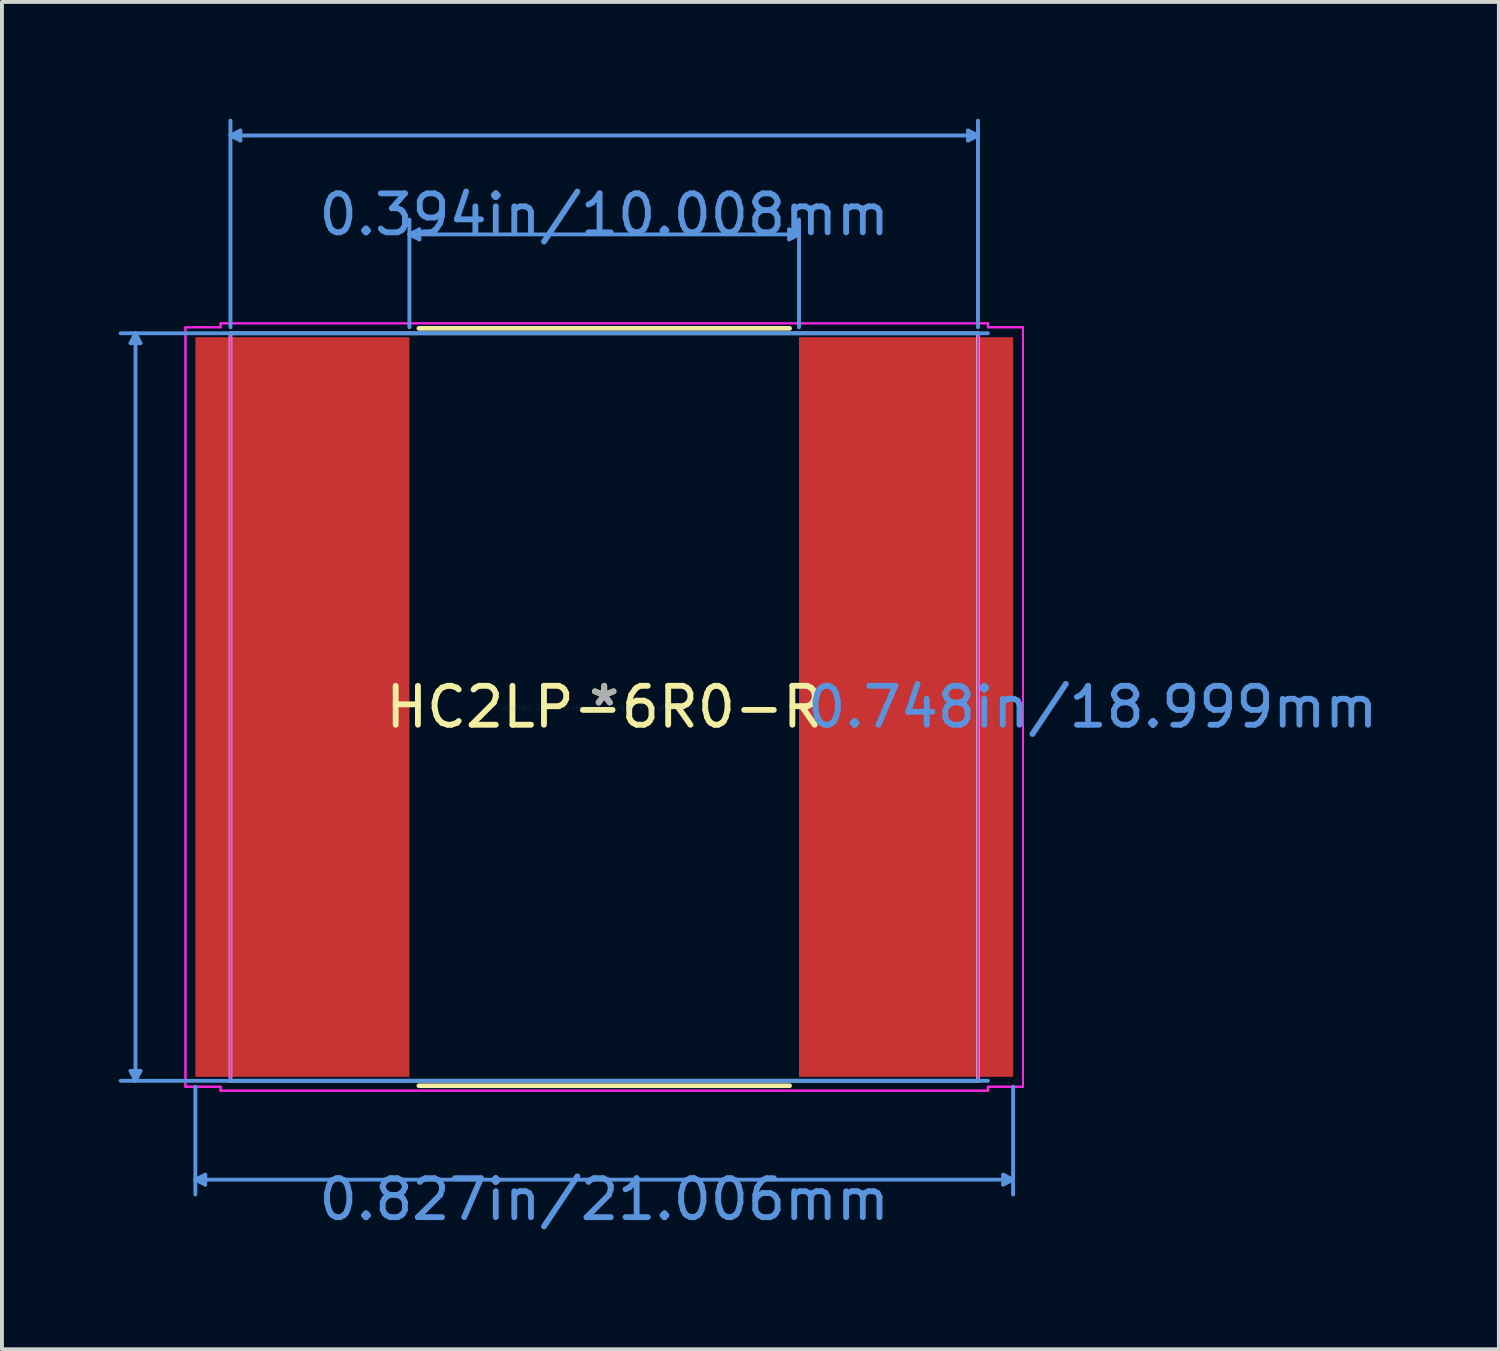
<source format=kicad_pcb>
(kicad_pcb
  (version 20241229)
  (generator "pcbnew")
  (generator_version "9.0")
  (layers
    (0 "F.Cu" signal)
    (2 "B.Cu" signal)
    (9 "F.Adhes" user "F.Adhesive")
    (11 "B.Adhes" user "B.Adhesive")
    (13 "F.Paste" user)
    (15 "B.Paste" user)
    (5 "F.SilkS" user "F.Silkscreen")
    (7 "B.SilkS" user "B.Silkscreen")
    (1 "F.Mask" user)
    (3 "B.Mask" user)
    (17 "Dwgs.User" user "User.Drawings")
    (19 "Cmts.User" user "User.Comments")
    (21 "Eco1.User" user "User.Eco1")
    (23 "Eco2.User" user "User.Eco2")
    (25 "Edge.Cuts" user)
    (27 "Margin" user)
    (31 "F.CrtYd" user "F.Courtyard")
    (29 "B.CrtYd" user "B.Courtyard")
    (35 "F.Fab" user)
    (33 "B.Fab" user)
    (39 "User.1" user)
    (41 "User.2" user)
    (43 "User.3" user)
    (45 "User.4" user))
  (footprint "HC2LP-6R0-R"
    (layer "F.Cu")
    (at 12.471 15.112)
    (property "Reference" "HC2LP-6R0-R" (at 0 0 0) (layer "F.SilkS") (effects (font (size 1 1) (thickness 0.15))))
    (attr through_hole)
    (fp_line (start -4.762 9.728) (end 4.762 9.728) (stroke (width 0.12) (type solid)) (layer "F.SilkS"))
    (fp_line (start 4.762 -9.728) (end -4.762 -9.728) (stroke (width 0.12) (type solid)) (layer "F.SilkS"))
    (fp_line (start -12.167 -9.347) (end -11.913 -9.347) (stroke (width 0.1) (type solid)) (layer "Cmts.User"))
    (fp_line (start -12.167 9.347) (end -11.913 9.347) (stroke (width 0.1) (type solid)) (layer "Cmts.User"))
    (fp_line (start -12.04 -9.601) (end -12.167 -9.347) (stroke (width 0.1) (type solid)) (layer "Cmts.User"))
    (fp_line (start -12.04 -9.601) (end -12.04 9.601) (stroke (width 0.1) (type solid)) (layer "Cmts.User"))
    (fp_line (start -12.04 -9.601) (end -11.913 -9.347) (stroke (width 0.1) (type solid)) (layer "Cmts.User"))
    (fp_line (start -12.04 9.601) (end -12.167 9.347) (stroke (width 0.1) (type solid)) (layer "Cmts.User"))
    (fp_line (start -12.04 9.601) (end -11.913 9.347) (stroke (width 0.1) (type solid)) (layer "Cmts.User"))
    (fp_line (start -10.503 9.754) (end -10.503 12.522) (stroke (width 0.1) (type solid)) (layer "Cmts.User"))
    (fp_line (start -10.503 12.141) (end -10.249 12.014) (stroke (width 0.1) (type solid)) (layer "Cmts.User"))
    (fp_line (start -10.503 12.141) (end -10.249 12.268) (stroke (width 0.1) (type solid)) (layer "Cmts.User"))
    (fp_line (start -10.503 12.141) (end 10.503 12.141) (stroke (width 0.1) (type solid)) (layer "Cmts.User"))
    (fp_line (start -10.249 12.014) (end -10.249 12.268) (stroke (width 0.1) (type solid)) (layer "Cmts.User"))
    (fp_line (start -9.601 -14.681) (end -9.347 -14.808) (stroke (width 0.1) (type solid)) (layer "Cmts.User"))
    (fp_line (start -9.601 -14.681) (end -9.347 -14.554) (stroke (width 0.1) (type solid)) (layer "Cmts.User"))
    (fp_line (start -9.601 -14.681) (end 9.601 -14.681) (stroke (width 0.1) (type solid)) (layer "Cmts.User"))
    (fp_line (start -9.601 -9.754) (end -9.601 -15.062) (stroke (width 0.1) (type solid)) (layer "Cmts.User"))
    (fp_line (start -9.347 -14.808) (end -9.347 -14.554) (stroke (width 0.1) (type solid)) (layer "Cmts.User"))
    (fp_line (start -5.004 -12.141) (end -4.75 -12.268) (stroke (width 0.1) (type solid)) (layer "Cmts.User"))
    (fp_line (start -5.004 -12.141) (end -4.75 -12.014) (stroke (width 0.1) (type solid)) (layer "Cmts.User"))
    (fp_line (start -5.004 -12.141) (end 5.004 -12.141) (stroke (width 0.1) (type solid)) (layer "Cmts.User"))
    (fp_line (start -5.004 -9.754) (end -5.004 -12.522) (stroke (width 0.1) (type solid)) (layer "Cmts.User"))
    (fp_line (start -4.75 -12.268) (end -4.75 -12.014) (stroke (width 0.1) (type solid)) (layer "Cmts.User"))
    (fp_line (start 4.75 -12.268) (end 4.75 -12.014) (stroke (width 0.1) (type solid)) (layer "Cmts.User"))
    (fp_line (start 5.004 -12.141) (end 4.75 -12.268) (stroke (width 0.1) (type solid)) (layer "Cmts.User"))
    (fp_line (start 5.004 -12.141) (end 4.75 -12.014) (stroke (width 0.1) (type solid)) (layer "Cmts.User"))
    (fp_line (start 5.004 -9.754) (end 5.004 -12.522) (stroke (width 0.1) (type solid)) (layer "Cmts.User"))
    (fp_line (start 9.347 -14.808) (end 9.347 -14.554) (stroke (width 0.1) (type solid)) (layer "Cmts.User"))
    (fp_line (start 9.601 -14.681) (end 9.347 -14.808) (stroke (width 0.1) (type solid)) (layer "Cmts.User"))
    (fp_line (start 9.601 -14.681) (end 9.347 -14.554) (stroke (width 0.1) (type solid)) (layer "Cmts.User"))
    (fp_line (start 9.601 -9.754) (end 9.601 -15.062) (stroke (width 0.1) (type solid)) (layer "Cmts.User"))
    (fp_line (start 9.855 -9.601) (end -12.421 -9.601) (stroke (width 0.1) (type solid)) (layer "Cmts.User"))
    (fp_line (start 9.855 9.601) (end -12.421 9.601) (stroke (width 0.1) (type solid)) (layer "Cmts.User"))
    (fp_line (start 10.249 12.014) (end 10.249 12.268) (stroke (width 0.1) (type solid)) (layer "Cmts.User"))
    (fp_line (start 10.503 9.754) (end 10.503 12.522) (stroke (width 0.1) (type solid)) (layer "Cmts.User"))
    (fp_line (start 10.503 12.141) (end 10.249 12.014) (stroke (width 0.1) (type solid)) (layer "Cmts.User"))
    (fp_line (start 10.503 12.141) (end 10.249 12.268) (stroke (width 0.1) (type solid)) (layer "Cmts.User"))
    (fp_line (start -10.757 -9.754) (end -9.855 -9.754) (stroke (width 0.05) (type solid)) (layer "F.CrtYd"))
    (fp_line (start -10.757 -9.754) (end -9.855 -9.754) (stroke (width 0.05) (type solid)) (layer "F.CrtYd"))
    (fp_line (start -10.757 9.754) (end -10.757 -9.754) (stroke (width 0.05) (type solid)) (layer "F.CrtYd"))
    (fp_line (start -10.757 9.754) (end -10.757 -9.754) (stroke (width 0.05) (type solid)) (layer "F.CrtYd"))
    (fp_line (start -10.757 9.754) (end -9.855 9.754) (stroke (width 0.05) (type solid)) (layer "F.CrtYd"))
    (fp_line (start -9.855 -9.855) (end 9.855 -9.855) (stroke (width 0.05) (type solid)) (layer "F.CrtYd"))
    (fp_line (start -9.855 -9.855) (end 9.855 -9.855) (stroke (width 0.05) (type solid)) (layer "F.CrtYd"))
    (fp_line (start -9.855 -9.754) (end -9.855 -9.855) (stroke (width 0.05) (type solid)) (layer "F.CrtYd"))
    (fp_line (start -9.855 -9.754) (end -9.855 -9.855) (stroke (width 0.05) (type solid)) (layer "F.CrtYd"))
    (fp_line (start -9.855 9.754) (end -10.757 9.754) (stroke (width 0.05) (type solid)) (layer "F.CrtYd"))
    (fp_line (start -9.855 9.754) (end -9.855 9.855) (stroke (width 0.05) (type solid)) (layer "F.CrtYd"))
    (fp_line (start -9.855 9.855) (end -9.855 9.754) (stroke (width 0.05) (type solid)) (layer "F.CrtYd"))
    (fp_line (start -9.855 9.855) (end 9.855 9.855) (stroke (width 0.05) (type solid)) (layer "F.CrtYd"))
    (fp_line (start -9.601 -9.601) (end 9.601 -9.601) (stroke (width 0.05) (type solid)) (layer "F.CrtYd"))
    (fp_line (start -9.601 9.601) (end -9.601 -9.601) (stroke (width 0.05) (type solid)) (layer "F.CrtYd"))
    (fp_line (start 9.601 -9.601) (end 9.601 9.601) (stroke (width 0.05) (type solid)) (layer "F.CrtYd"))
    (fp_line (start 9.601 9.601) (end -9.601 9.601) (stroke (width 0.05) (type solid)) (layer "F.CrtYd"))
    (fp_line (start 9.855 -9.855) (end 9.855 -9.754) (stroke (width 0.05) (type solid)) (layer "F.CrtYd"))
    (fp_line (start 9.855 -9.855) (end 9.855 -9.754) (stroke (width 0.05) (type solid)) (layer "F.CrtYd"))
    (fp_line (start 9.855 -9.754) (end 10.757 -9.754) (stroke (width 0.05) (type solid)) (layer "F.CrtYd"))
    (fp_line (start 9.855 -9.754) (end 10.757 -9.754) (stroke (width 0.05) (type solid)) (layer "F.CrtYd"))
    (fp_line (start 9.855 9.754) (end 9.855 9.855) (stroke (width 0.05) (type solid)) (layer "F.CrtYd"))
    (fp_line (start 9.855 9.754) (end 10.757 9.754) (stroke (width 0.05) (type solid)) (layer "F.CrtYd"))
    (fp_line (start 9.855 9.855) (end -9.855 9.855) (stroke (width 0.05) (type solid)) (layer "F.CrtYd"))
    (fp_line (start 9.855 9.855) (end 9.855 9.754) (stroke (width 0.05) (type solid)) (layer "F.CrtYd"))
    (fp_line (start 9.855 9.855) (end 9.855 9.855) (stroke (width 0.05) (type solid)) (layer "F.CrtYd"))
    (fp_line (start 10.757 -9.754) (end 10.757 9.754) (stroke (width 0.05) (type solid)) (layer "F.CrtYd"))
    (fp_line (start 10.757 -9.754) (end 10.757 9.754) (stroke (width 0.05) (type solid)) (layer "F.CrtYd"))
    (fp_line (start 10.757 9.754) (end 9.855 9.754) (stroke (width 0.05) (type solid)) (layer "F.CrtYd"))
    (fp_line (start -9.601 -9.601) (end -9.601 9.601) (stroke (width 0.1) (type solid)) (layer "F.Fab"))
    (fp_line (start -9.601 9.601) (end 9.601 9.601) (stroke (width 0.1) (type solid)) (layer "F.Fab"))
    (fp_line (start 9.601 -9.601) (end -9.601 -9.601) (stroke (width 0.1) (type solid)) (layer "F.Fab"))
    (fp_line (start 9.601 9.601) (end 9.601 -9.601) (stroke (width 0.1) (type solid)) (layer "F.Fab"))
    (fp_text user "*" (at 0 0 0) (layer "F.SilkS") (effects (font (size 1 1) (thickness 0.15))))
    (fp_text user "0.827in/21.006mm" (at 0 12.649 0) (layer "Cmts.User") (effects (font (size 1 1) (thickness 0.15))))
    (fp_text user "0.748in/18.999mm" (at 12.548 0 0) (layer "Cmts.User") (effects (font (size 1 1) (thickness 0.15))))
    (fp_text user "0.394in/10.008mm" (at 0 -12.649 0) (layer "Cmts.User") (effects (font (size 1 1) (thickness 0.15))))
    (fp_text user "Copyright 2021 Accelerated Designs. All rights reserved." (at 0 0 0) (layer "Cmts.User") (effects (font (size 0.127 0.127) (thickness 0.002))))
    (fp_text user "*" (at 0 0 0) (layer "F.Fab") (effects (font (size 1 1) (thickness 0.15))))
    (pad "1" smd rect (at -7.753 0) (size 5.499 18.999) (layers "F.Cu" "F.Mask" "F.Paste"))
    (pad "2" smd rect (at 7.753 0) (size 5.499 18.999) (layers "F.Cu" "F.Mask" "F.Paste")))
  (gr_rect
    (start -3 -3)
    (end 35.453 31.61)
    (stroke (width 0.1) (type default))
    (fill no)
    (layer "Edge.Cuts")))
</source>
